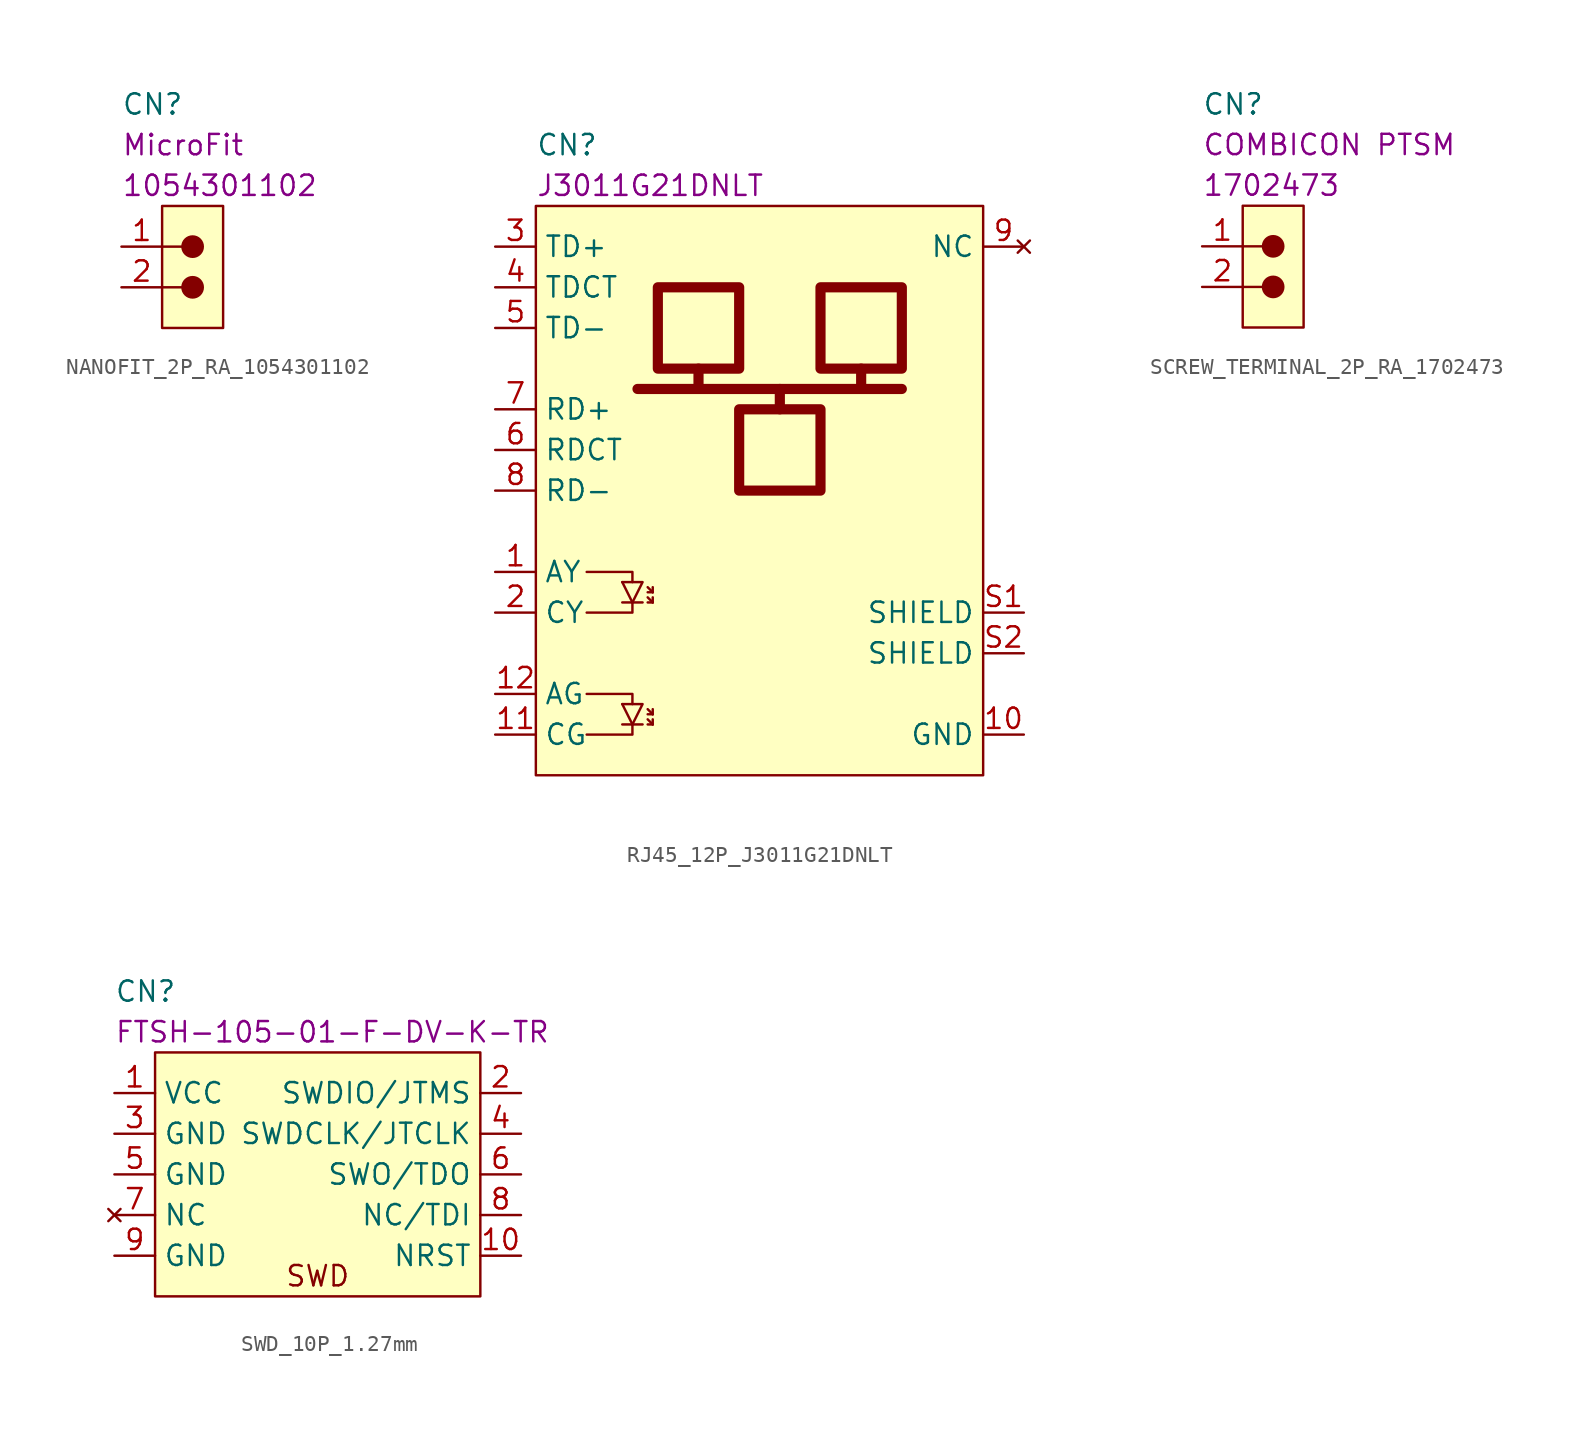
<source format=kicad_sym>
(kicad_symbol_lib
  (version 20211014)
  (generator kicad_symbol_editor)
  (symbol "NANOFIT_2P_RA_1054301102"
    (property "Reference" "CN"
      (at 0 8.89 0)
      (effects (font (size 1.27 1.27)) (justify left)))
    (property "P/N" "1054301102"
      (at 0 3.81 0)
      (effects (font (size 1.27 1.27)) (justify left)))
    (property "Series" "MicroFit"
      (at 0 6.35 0)
      (effects (font (size 1.27 1.27)) (justify left)))
    (symbol "NANOFIT_2P_RA_1054301102_0_0"
      (pin passive line (at 0 0 0) (length 2.54) (name "PA" (effects (font (size 0 0)))) (number "1" (effects (font (size 1.27 1.27)))) (alternate "B" bidirectional line) (alternate "I" input line) (alternate "NC" no_connect line) (alternate "O" output line) (alternate "PI" power_in line) (alternate "PO" power_out line))
      (pin passive line (at 0 -2.54 0) (length 2.54) (name "PA" (effects (font (size 0 0)))) (number "2" (effects (font (size 1.27 1.27)))) (alternate "B" bidirectional line) (alternate "I" input line) (alternate "NC" no_connect line) (alternate "O" output line) (alternate "PI" power_in line) (alternate "PO" power_out line)))
    (symbol "NANOFIT_2P_RA_1054301102_0_1"
      (polyline (pts (xy 2.54 -2.54) (xy 3.81 -2.54)) (stroke (width 0) (type default) (color 0 0 0 0)) (fill (type none)))
      (polyline (pts (xy 2.54 0) (xy 3.81 0)) (stroke (width 0) (type default) (color 0 0 0 0)) (fill (type none)))
      (rectangle (start 2.54 -5.08) (end 6.35 2.54) (stroke (width 0) (type default) (color 0 0 0 0)) (fill (type background)))
      (circle (center 4.445 -2.54) (radius 0.635) (stroke (width 0) (type default) (color 0 0 0 0)) (fill (type outline)))
      (circle (center 4.445 0) (radius 0.635) (stroke (width 0) (type default) (color 0 0 0 0)) (fill (type outline)))))
  (symbol "RJ45_12P_J3011G21DNLT"
    (property "Reference" "CN"
      (at 2.54 6.35 0)
      (effects (font (size 1.27 1.27)) (justify left)))
    (property "P/N" "J3011G21DNLT"
      (at 2.54 3.81 0)
      (effects (font (size 1.27 1.27)) (justify left)))
    (symbol "RJ45_12P_J3011G21DNLT_0_0"
      (pin passive line (at 0 -20.32 0) (length 2.54) (name "AY" (effects (font (size 1.27 1.27)))) (number "1" (effects (font (size 1.27 1.27)))))
      (pin passive line (at 33.02 -30.48 180) (length 2.54) (name "GND" (effects (font (size 1.27 1.27)))) (number "10" (effects (font (size 1.27 1.27)))))
      (pin passive line (at 0 -30.48 0) (length 2.54) (name "CG" (effects (font (size 1.27 1.27)))) (number "11" (effects (font (size 1.27 1.27)))))
      (pin passive line (at 0 -27.94 0) (length 2.54) (name "AG" (effects (font (size 1.27 1.27)))) (number "12" (effects (font (size 1.27 1.27)))))
      (pin passive line (at 0 -22.86 0) (length 2.54) (name "CY" (effects (font (size 1.27 1.27)))) (number "2" (effects (font (size 1.27 1.27)))))
      (pin passive line (at 0 0 0) (length 2.54) (name "TD+" (effects (font (size 1.27 1.27)))) (number "3" (effects (font (size 1.27 1.27)))))
      (pin passive line (at 0 -2.54 0) (length 2.54) (name "TDCT" (effects (font (size 1.27 1.27)))) (number "4" (effects (font (size 1.27 1.27)))))
      (pin passive line (at 0 -5.08 0) (length 2.54) (name "TD-" (effects (font (size 1.27 1.27)))) (number "5" (effects (font (size 1.27 1.27)))))
      (pin passive line (at 0 -12.7 0) (length 2.54) (name "RDCT" (effects (font (size 1.27 1.27)))) (number "6" (effects (font (size 1.27 1.27)))))
      (pin passive line (at 0 -10.16 0) (length 2.54) (name "RD+" (effects (font (size 1.27 1.27)))) (number "7" (effects (font (size 1.27 1.27)))))
      (pin passive line (at 0 -15.24 0) (length 2.54) (name "RD-" (effects (font (size 1.27 1.27)))) (number "8" (effects (font (size 1.27 1.27)))))
      (pin no_connect line (at 33.02 0 180) (length 2.54) (name "NC" (effects (font (size 1.27 1.27)))) (number "9" (effects (font (size 1.27 1.27)))))
      (pin passive line (at 33.02 -22.86 180) (length 2.54) (name "SHIELD" (effects (font (size 1.27 1.27)))) (number "S1" (effects (font (size 1.27 1.27)))))
      (pin passive line (at 33.02 -25.4 180) (length 2.54) (name "SHIELD" (effects (font (size 1.27 1.27)))) (number "S2" (effects (font (size 1.27 1.27))))))
    (symbol "RJ45_12P_J3011G21DNLT_0_1"
      (polyline (pts (xy 7.938 -29.845) (xy 9.207 -29.845)) (stroke (width 0) (type default) (color 0 0 0 0)) (fill (type none)))
      (polyline (pts (xy 7.938 -28.575) (xy 8.572 -29.845)) (stroke (width 0) (type default) (color 0 0 0 0)) (fill (type none)))
      (polyline (pts (xy 7.938 -22.225) (xy 9.207 -22.225)) (stroke (width 0) (type default) (color 0 0 0 0)) (fill (type none)))
      (polyline (pts (xy 7.938 -20.955) (xy 8.572 -22.225)) (stroke (width 0) (type default) (color 0 0 0 0)) (fill (type none)))
      (polyline (pts (xy 8.89 -8.89) (xy 25.4 -8.89)) (stroke (width 0.635) (type default) (color 0 0 0 0)) (fill (type none)))
      (polyline (pts (xy 9.525 -29.527) (xy 9.842 -29.845)) (stroke (width 0) (type default) (color 0 0 0 0)) (fill (type none)))
      (polyline (pts (xy 9.525 -28.892) (xy 9.842 -29.21)) (stroke (width 0) (type default) (color 0 0 0 0)) (fill (type none)))
      (polyline (pts (xy 9.525 -21.907) (xy 9.842 -22.225)) (stroke (width 0) (type default) (color 0 0 0 0)) (fill (type none)))
      (polyline (pts (xy 9.525 -21.273) (xy 9.842 -21.59)) (stroke (width 0) (type default) (color 0 0 0 0)) (fill (type none)))
      (polyline (pts (xy 9.842 -29.845) (xy 9.525 -29.845)) (stroke (width 0) (type default) (color 0 0 0 0)) (fill (type none)))
      (polyline (pts (xy 9.842 -29.845) (xy 9.842 -29.527)) (stroke (width 0) (type default) (color 0 0 0 0)) (fill (type none)))
      (polyline (pts (xy 9.842 -29.21) (xy 9.525 -29.21)) (stroke (width 0) (type default) (color 0 0 0 0)) (fill (type none)))
      (polyline (pts (xy 9.842 -29.21) (xy 9.842 -28.892)) (stroke (width 0) (type default) (color 0 0 0 0)) (fill (type none)))
      (polyline (pts (xy 9.842 -22.225) (xy 9.525 -22.225)) (stroke (width 0) (type default) (color 0 0 0 0)) (fill (type none)))
      (polyline (pts (xy 9.842 -22.225) (xy 9.842 -21.907)) (stroke (width 0) (type default) (color 0 0 0 0)) (fill (type none)))
      (polyline (pts (xy 9.842 -21.59) (xy 9.525 -21.59)) (stroke (width 0) (type default) (color 0 0 0 0)) (fill (type none)))
      (polyline (pts (xy 9.842 -21.59) (xy 9.842 -21.273)) (stroke (width 0) (type default) (color 0 0 0 0)) (fill (type none)))
      (polyline (pts (xy 12.7 -7.62) (xy 12.7 -8.89)) (stroke (width 0.635) (type default) (color 0 0 0 0)) (fill (type none)))
      (polyline (pts (xy 17.78 -8.89) (xy 17.78 -10.16)) (stroke (width 0.635) (type default) (color 0 0 0 0)) (fill (type none)))
      (polyline (pts (xy 22.86 -7.62) (xy 22.86 -8.89)) (stroke (width 0.635) (type default) (color 0 0 0 0)) (fill (type none)))
      (polyline (pts (xy 7.938 -28.575) (xy 9.207 -28.575) (xy 8.572 -29.845)) (stroke (width 0) (type default) (color 0 0 0 0)) (fill (type none)))
      (polyline (pts (xy 7.938 -20.955) (xy 9.207 -20.955) (xy 8.572 -22.225)) (stroke (width 0) (type default) (color 0 0 0 0)) (fill (type none)))
      (polyline (pts (xy 8.572 -29.845) (xy 8.572 -30.48) (xy 5.715 -30.48)) (stroke (width 0) (type default) (color 0 0 0 0)) (fill (type none)))
      (polyline (pts (xy 8.572 -28.575) (xy 8.572 -27.94) (xy 5.715 -27.94)) (stroke (width 0) (type default) (color 0 0 0 0)) (fill (type none)))
      (polyline (pts (xy 8.572 -22.225) (xy 8.572 -22.86) (xy 5.715 -22.86)) (stroke (width 0) (type default) (color 0 0 0 0)) (fill (type none)))
      (polyline (pts (xy 8.572 -20.955) (xy 8.572 -20.32) (xy 5.715 -20.32)) (stroke (width 0) (type default) (color 0 0 0 0)) (fill (type none)))
      (rectangle (start 2.54 -33.02) (end 30.48 2.54) (stroke (width 0) (type default) (color 0 0 0 0)) (fill (type background)))
      (rectangle (start 10.16 -2.54) (end 15.24 -7.62) (stroke (width 0.635) (type default) (color 0 0 0 0)) (fill (type none)))
      (rectangle (start 15.24 -10.16) (end 20.32 -15.24) (stroke (width 0.635) (type default) (color 0 0 0 0)) (fill (type none)))
      (rectangle (start 20.32 -2.54) (end 25.4 -7.62) (stroke (width 0.635) (type default) (color 0 0 0 0)) (fill (type none)))))
  (symbol "SCREW_TERMINAL_2P_RA_1702473"
    (property "Reference" "CN"
      (at 0 8.89 0)
      (effects (font (size 1.27 1.27)) (justify left)))
    (property "P/N" "1702473"
      (at 0 3.81 0)
      (effects (font (size 1.27 1.27)) (justify left)))
    (property "Series" "COMBICON PTSM"
      (at 0 6.35 0)
      (effects (font (size 1.27 1.27)) (justify left)))
    (symbol "SCREW_TERMINAL_2P_RA_1702473_0_0"
      (pin passive line (at 0 0 0) (length 2.54) (name "PA" (effects (font (size 0 0)))) (number "1" (effects (font (size 1.27 1.27)))) (alternate "B" bidirectional line) (alternate "I" input line) (alternate "NC" no_connect line) (alternate "O" output line) (alternate "PI" power_in line) (alternate "PO" power_out line))
      (pin passive line (at 0 -2.54 0) (length 2.54) (name "PA" (effects (font (size 0 0)))) (number "2" (effects (font (size 1.27 1.27)))) (alternate "B" bidirectional line) (alternate "I" input line) (alternate "NC" no_connect line) (alternate "O" output line) (alternate "PI" power_in line) (alternate "PO" power_out line)))
    (symbol "SCREW_TERMINAL_2P_RA_1702473_0_1"
      (polyline (pts (xy 2.54 -2.54) (xy 3.81 -2.54)) (stroke (width 0) (type default) (color 0 0 0 0)) (fill (type none)))
      (polyline (pts (xy 2.54 0) (xy 3.81 0)) (stroke (width 0) (type default) (color 0 0 0 0)) (fill (type none)))
      (rectangle (start 2.54 -5.08) (end 6.35 2.54) (stroke (width 0) (type default) (color 0 0 0 0)) (fill (type background)))
      (circle (center 4.445 -2.54) (radius 0.635) (stroke (width 0) (type default) (color 0 0 0 0)) (fill (type outline)))
      (circle (center 4.445 0) (radius 0.635) (stroke (width 0) (type default) (color 0 0 0 0)) (fill (type outline)))))
  (symbol "SWD_10P_1.27mm"
    (property "Reference" "CN"
      (at 0 6.35 0)
      (effects (font (size 1.27 1.27)) (justify left)))
    (property "P/N" "FTSH-105-01-F-DV-K-TR"
      (at 0 3.81 0)
      (effects (font (size 1.27 1.27)) (justify left)))
    (symbol "SWD_10P_1.27mm_0_0"
      (text "SWD" (at 12.7 -11.43 0) (effects (font (size 1.27 1.27))))
      (pin power_in line (at 0 0 0) (length 2.54) (name "VCC" (effects (font (size 1.27 1.27)))) (number "1" (effects (font (size 1.27 1.27)))))
      (pin passive line (at 25.4 -10.16 180) (length 2.54) (name "NRST" (effects (font (size 1.27 1.27)))) (number "10" (effects (font (size 1.27 1.27)))))
      (pin passive line (at 25.4 0 180) (length 2.54) (name "SWDIO/JTMS" (effects (font (size 1.27 1.27)))) (number "2" (effects (font (size 1.27 1.27)))))
      (pin power_in line (at 0 -2.54 0) (length 2.54) (name "GND" (effects (font (size 1.27 1.27)))) (number "3" (effects (font (size 1.27 1.27)))))
      (pin passive line (at 25.4 -2.54 180) (length 2.54) (name "SWDCLK/JTCLK" (effects (font (size 1.27 1.27)))) (number "4" (effects (font (size 1.27 1.27)))))
      (pin power_in line (at 0 -5.08 0) (length 2.54) (name "GND" (effects (font (size 1.27 1.27)))) (number "5" (effects (font (size 1.27 1.27)))))
      (pin passive line (at 25.4 -5.08 180) (length 2.54) (name "SWO/TDO" (effects (font (size 1.27 1.27)))) (number "6" (effects (font (size 1.27 1.27)))))
      (pin no_connect line (at 0 -7.62 0) (length 2.54) (name "NC" (effects (font (size 1.27 1.27)))) (number "7" (effects (font (size 1.27 1.27)))))
      (pin passive line (at 25.4 -7.62 180) (length 2.54) (name "NC/TDI" (effects (font (size 1.27 1.27)))) (number "8" (effects (font (size 1.27 1.27)))))
      (pin power_in line (at 0 -10.16 0) (length 2.54) (name "GND" (effects (font (size 1.27 1.27)))) (number "9" (effects (font (size 1.27 1.27))))))
    (symbol "SWD_10P_1.27mm_0_1"
      (rectangle (start 2.54 2.54) (end 22.86 -12.7) (stroke (width 0) (type default) (color 0 0 0 0)) (fill (type background))))))
</source>
